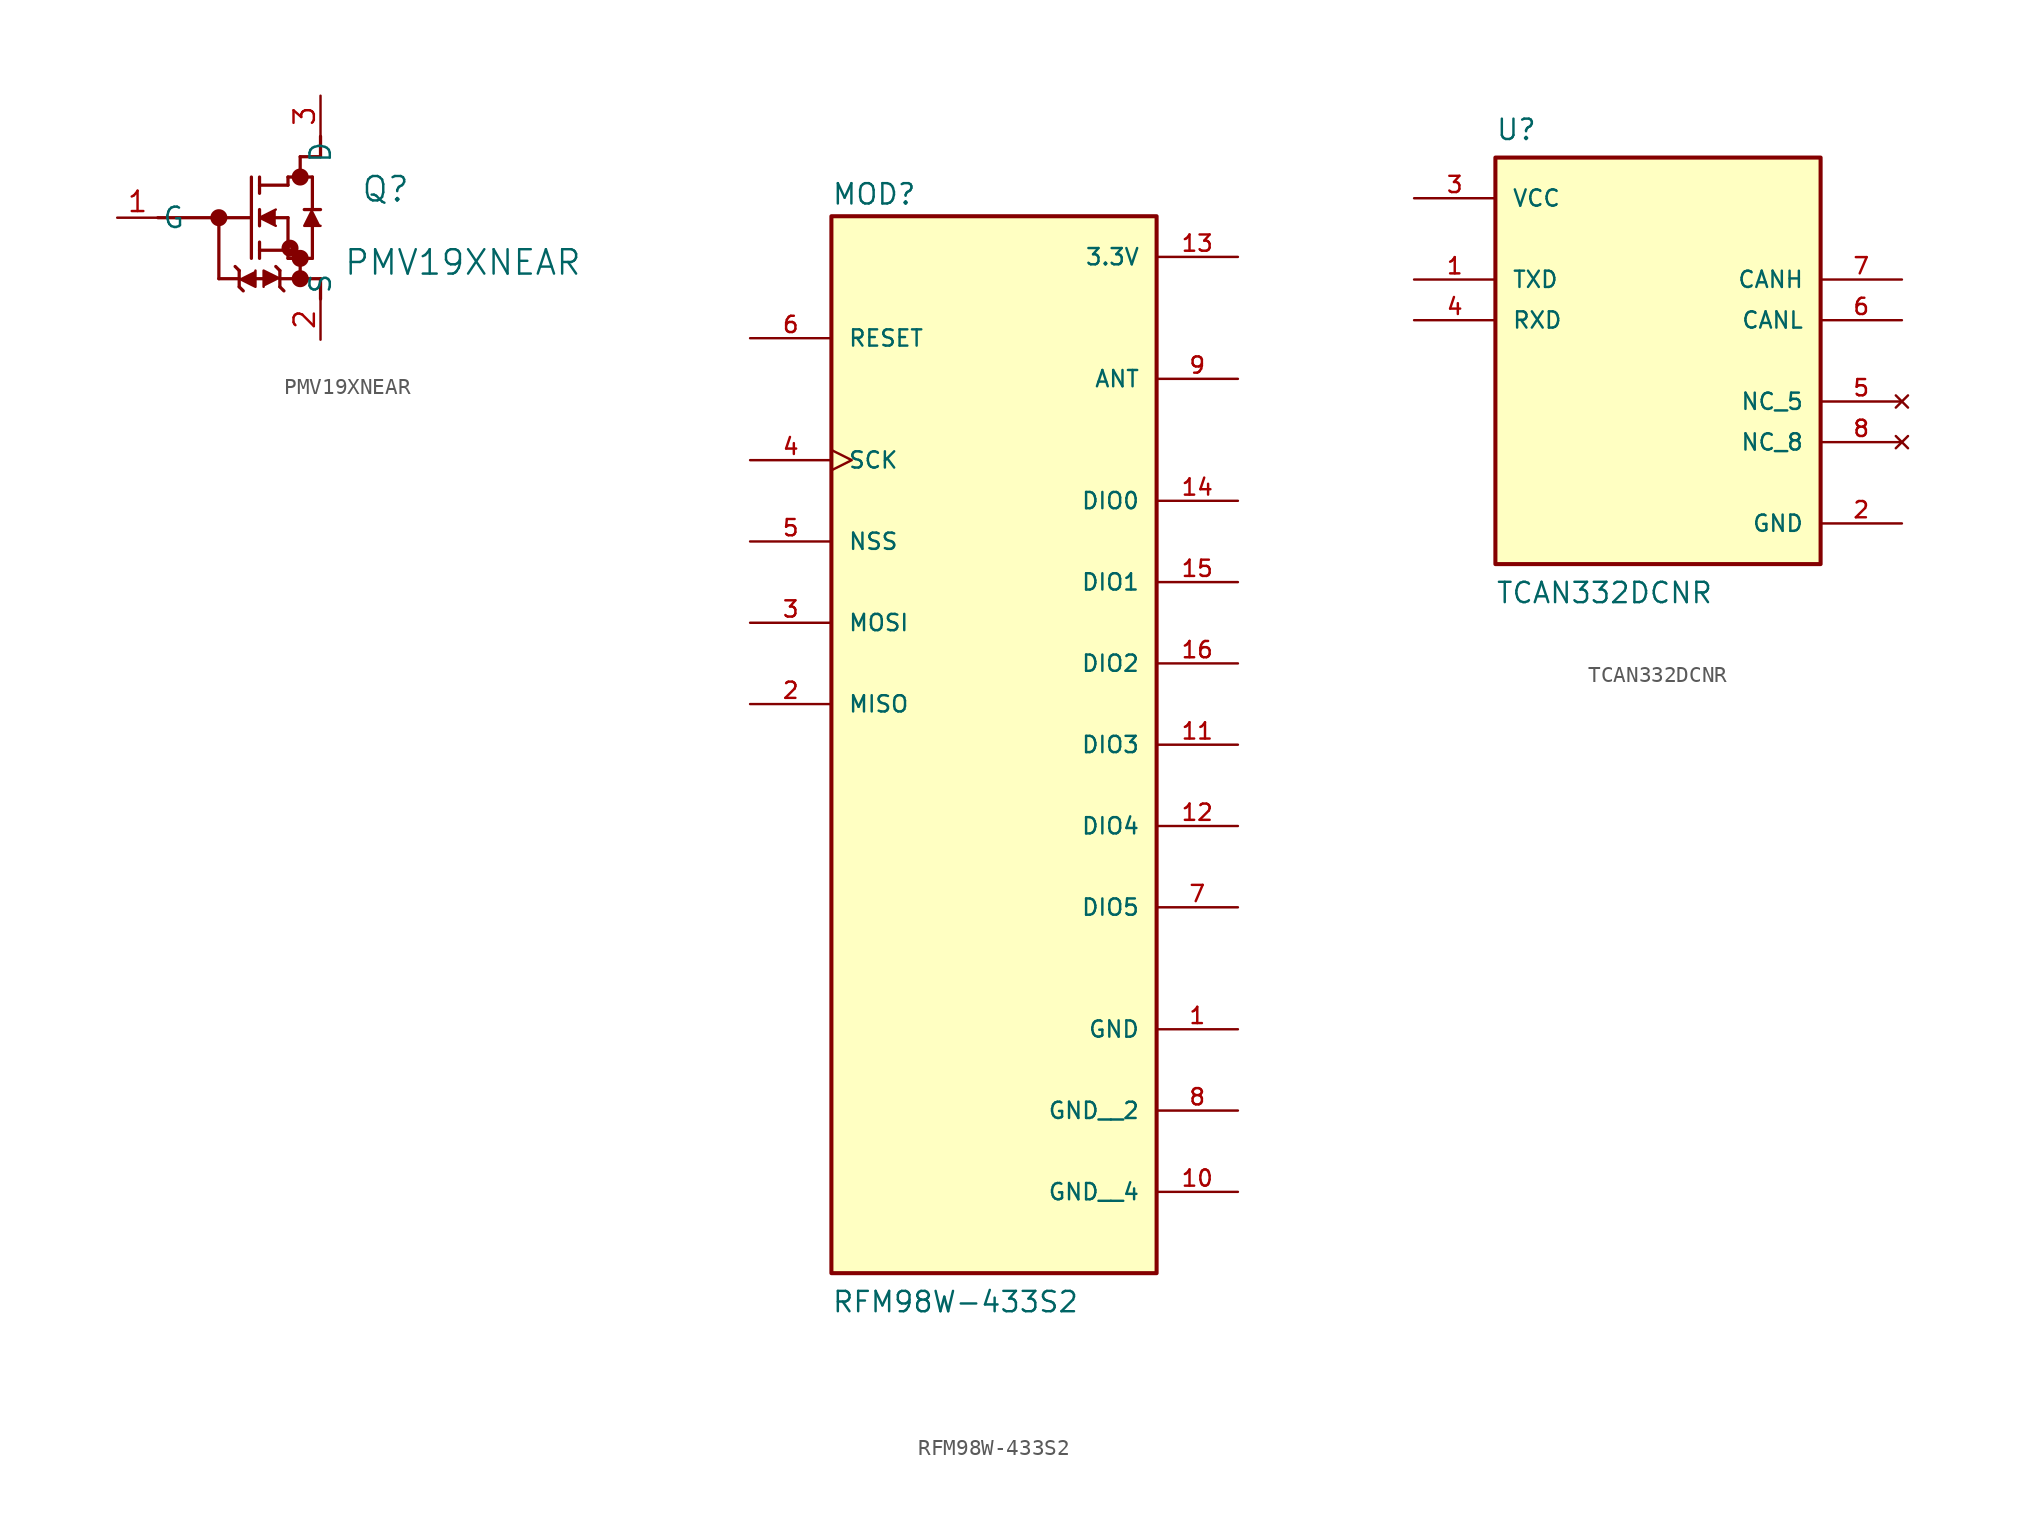
<source format=kicad_sym>
(kicad_symbol_lib
  (version 20241209)
  (generator "kicad_symbol_editor")
  (generator_version "9.0")
  (symbol "PMV19XNEAR"
    (pin_names
      (offset 0.254))
    (property "Reference" "Q"
      (at 16.764 1.778 0)
      (effects (font (size 1.524 1.524))))
    (property "Value" "PMV19XNEAR"
      (at 21.59 -2.794 0)
      (effects (font (size 1.524 1.524))))
    (property "ki_locked" ""
      (at 0 0 0)
      (effects (font (size 1.27 1.27))))
    (symbol "PMV19XNEAR_0_1"
      (polyline (pts (xy 2.54 0) (xy 8.382 0)) (stroke (width 0.203) (type default)) (fill (type none)))
      (polyline (pts (xy 6.35 0) (xy 6.35 -3.81)) (stroke (width 0.203) (type default)) (fill (type none)))
      (circle (center 6.35 0) (radius 0.025) (stroke (width 0.508) (type default)) (fill (type none)))
      (polyline (pts (xy 6.35 -3.81) (xy 7.62 -3.81)) (stroke (width 0.203) (type default)) (fill (type none)))
      (polyline (pts (xy 7.62 -3.302) (xy 7.366 -3.048)) (stroke (width 0.203) (type default)) (fill (type none)))
      (polyline (pts (xy 7.62 -3.81) (xy 8.636 -4.318) (xy 8.636 -3.302)) (stroke (width 0) (type default)) (fill (type outline)))
      (polyline (pts (xy 7.62 -4.318) (xy 7.62 -3.302)) (stroke (width 0.203) (type default)) (fill (type none)))
      (polyline (pts (xy 7.62 -4.318) (xy 7.874 -4.572)) (stroke (width 0.203) (type default)) (fill (type none)))
      (polyline (pts (xy 8.382 -2.54) (xy 8.382 2.54)) (stroke (width 0.203) (type default)) (fill (type none)))
      (polyline (pts (xy 8.636 -3.81) (xy 9.144 -3.81)) (stroke (width 0.203) (type default)) (fill (type none)))
      (polyline (pts (xy 8.89 2.032) (xy 10.668 2.032)) (stroke (width 0.203) (type default)) (fill (type none)))
      (polyline (pts (xy 8.89 1.524) (xy 8.89 2.54)) (stroke (width 0.203) (type default)) (fill (type none)))
      (polyline (pts (xy 8.89 -0.508) (xy 8.89 0.508)) (stroke (width 0.203) (type default)) (fill (type none)))
      (polyline (pts (xy 8.89 -2.032) (xy 10.668 -2.032)) (stroke (width 0.203) (type default)) (fill (type none)))
      (polyline (pts (xy 8.89 -2.54) (xy 8.89 -1.524)) (stroke (width 0.203) (type default)) (fill (type none)))
      (polyline (pts (xy 9.906 0.508) (xy 8.89 0) (xy 9.906 -0.508)) (stroke (width 0) (type default)) (fill (type outline)))
      (polyline (pts (xy 9.906 0) (xy 10.668 0)) (stroke (width 0.203) (type default)) (fill (type none)))
      (polyline (pts (xy 10.16 -3.302) (xy 9.906 -3.048)) (stroke (width 0.203) (type default)) (fill (type none)))
      (polyline (pts (xy 10.16 -3.302) (xy 10.16 -4.318)) (stroke (width 0.203) (type default)) (fill (type none)))
      (polyline (pts (xy 10.16 -3.81) (xy 12.7 -3.81)) (stroke (width 0.203) (type default)) (fill (type none)))
      (polyline (pts (xy 10.16 -3.81) (xy 9.144 -3.302) (xy 9.144 -4.318)) (stroke (width 0) (type default)) (fill (type outline)))
      (polyline (pts (xy 10.16 -4.318) (xy 10.414 -4.572)) (stroke (width 0.203) (type default)) (fill (type none)))
      (polyline (pts (xy 10.668 2.54) (xy 12.192 2.54)) (stroke (width 0.203) (type default)) (fill (type none)))
      (polyline (pts (xy 10.668 2.032) (xy 10.668 2.54)) (stroke (width 0.203) (type default)) (fill (type none)))
      (polyline (pts (xy 10.668 -2.54) (xy 10.668 0)) (stroke (width 0.203) (type default)) (fill (type none)))
      (polyline (pts (xy 10.668 -2.54) (xy 12.192 -2.54)) (stroke (width 0.203) (type default)) (fill (type none)))
      (circle (center 10.795 -1.905) (radius 0.025) (stroke (width 0.508) (type default)) (fill (type none)))
      (polyline (pts (xy 11.43 3.81) (xy 11.43 2.54)) (stroke (width 0.203) (type default)) (fill (type none)))
      (polyline (pts (xy 11.43 3.81) (xy 12.7 3.81)) (stroke (width 0.203) (type default)) (fill (type none)))
      (circle (center 11.43 2.54) (radius 0.025) (stroke (width 0.508) (type default)) (fill (type none)))
      (polyline (pts (xy 11.43 -2.54) (xy 11.43 -3.81)) (stroke (width 0.203) (type default)) (fill (type none)))
      (circle (center 11.43 -2.54) (radius 0.025) (stroke (width 0.508) (type default)) (fill (type none)))
      (circle (center 11.43 -3.81) (radius 0.025) (stroke (width 0.508) (type default)) (fill (type none)))
      (polyline (pts (xy 12.192 0.508) (xy 12.192 2.54)) (stroke (width 0.203) (type default)) (fill (type none)))
      (polyline (pts (xy 12.192 -2.54) (xy 12.192 -0.508)) (stroke (width 0.203) (type default)) (fill (type none)))
      (polyline (pts (xy 12.7 3.81) (xy 12.7 5.08)) (stroke (width 0.203) (type default)) (fill (type none)))
      (polyline (pts (xy 12.7 0.508) (xy 11.684 0.508)) (stroke (width 0.203) (type default)) (fill (type none)))
      (polyline (pts (xy 12.7 -0.508) (xy 11.684 -0.508) (xy 12.192 0.508)) (stroke (width 0) (type default)) (fill (type outline)))
      (polyline (pts (xy 12.7 -5.08) (xy 12.7 -3.81)) (stroke (width 0.203) (type default)) (fill (type none)))
      (pin unspecified line (at 0 0 0) (length 2.54) (name "G" (effects (font (size 1.27 1.27)))) (number "1" (effects (font (size 1.27 1.27)))))
      (pin unspecified line (at 12.7 -7.62 90) (length 2.54) (name "S" (effects (font (size 1.27 1.27)))) (number "2" (effects (font (size 1.27 1.27))))))
    (symbol "PMV19XNEAR_1_1"
      (pin unspecified line (at 12.7 7.62 270) (length 2.54) (name "D" (effects (font (size 1.27 1.27)))) (number "3" (effects (font (size 1.27 1.27)))))))
  (symbol "RFM98W-433S2"
    (pin_names
      (offset 1.016))
    (property "Reference" "MOD"
      (at -10.16 18.415 0)
      (effects (font (size 1.27 1.27)) (justify left bottom)))
    (property "Value" "RFM98W-433S2"
      (at -10.16 -50.8 0)
      (effects (font (size 1.27 1.27)) (justify left bottom)))
    (symbol "RFM98W-433S2_0_0"
      (rectangle (start -10.16 -48.26) (end 10.16 17.78) (stroke (width 0.254) (type default)) (fill (type background)))
      (pin bidirectional line (at -15.24 10.16 0) (length 5.08) (name "RESET" (effects (font (size 1.016 1.016)))) (number "6" (effects (font (size 1.016 1.016)))))
      (pin input clock (at -15.24 2.54 0) (length 5.08) (name "SCK" (effects (font (size 1.016 1.016)))) (number "4" (effects (font (size 1.016 1.016)))))
      (pin input line (at -15.24 -2.54 0) (length 5.08) (name "NSS" (effects (font (size 1.016 1.016)))) (number "5" (effects (font (size 1.016 1.016)))))
      (pin input line (at -15.24 -7.62 0) (length 5.08) (name "MOSI" (effects (font (size 1.016 1.016)))) (number "3" (effects (font (size 1.016 1.016)))))
      (pin output line (at -15.24 -12.7 0) (length 5.08) (name "MISO" (effects (font (size 1.016 1.016)))) (number "2" (effects (font (size 1.016 1.016)))))
      (pin power_in line (at 15.24 15.24 180) (length 5.08) (name "3.3V" (effects (font (size 1.016 1.016)))) (number "13" (effects (font (size 1.016 1.016)))))
      (pin bidirectional line (at 15.24 7.62 180) (length 5.08) (name "ANT" (effects (font (size 1.016 1.016)))) (number "9" (effects (font (size 1.016 1.016)))))
      (pin bidirectional line (at 15.24 0 180) (length 5.08) (name "DIO0" (effects (font (size 1.016 1.016)))) (number "14" (effects (font (size 1.016 1.016)))))
      (pin bidirectional line (at 15.24 -5.08 180) (length 5.08) (name "DIO1" (effects (font (size 1.016 1.016)))) (number "15" (effects (font (size 1.016 1.016)))))
      (pin bidirectional line (at 15.24 -10.16 180) (length 5.08) (name "DIO2" (effects (font (size 1.016 1.016)))) (number "16" (effects (font (size 1.016 1.016)))))
      (pin bidirectional line (at 15.24 -15.24 180) (length 5.08) (name "DIO3" (effects (font (size 1.016 1.016)))) (number "11" (effects (font (size 1.016 1.016)))))
      (pin bidirectional line (at 15.24 -20.32 180) (length 5.08) (name "DIO4" (effects (font (size 1.016 1.016)))) (number "12" (effects (font (size 1.016 1.016)))))
      (pin bidirectional line (at 15.24 -25.4 180) (length 5.08) (name "DIO5" (effects (font (size 1.016 1.016)))) (number "7" (effects (font (size 1.016 1.016)))))
      (pin power_in line (at 15.24 -33.02 180) (length 5.08) (name "GND" (effects (font (size 1.016 1.016)))) (number "1" (effects (font (size 1.016 1.016)))))
      (pin power_in line (at 15.24 -38.1 180) (length 5.08) (name "GND__2" (effects (font (size 1.016 1.016)))) (number "8" (effects (font (size 1.016 1.016)))))
      (pin power_in line (at 15.24 -43.18 180) (length 5.08) (name "GND__4" (effects (font (size 1.016 1.016)))) (number "10" (effects (font (size 1.016 1.016)))))))
  (symbol "TCAN332DCNR"
    (pin_names
      (offset 1.016))
    (property "Reference" "U"
      (at -10.16 13.7 0)
      (effects (font (size 1.27 1.27)) (justify left bottom)))
    (property "Value" "TCAN332DCNR"
      (at -10.16 -15.24 0)
      (effects (font (size 1.27 1.27)) (justify left bottom)))
    (symbol "TCAN332DCNR_0_0"
      (rectangle (start -10.16 -12.7) (end 10.16 12.7) (stroke (width 0.254) (type default)) (fill (type background)))
      (pin power_in line (at -15.24 10.16 0) (length 5.08) (name "VCC" (effects (font (size 1.016 1.016)))) (number "3" (effects (font (size 1.016 1.016)))))
      (pin input line (at -15.24 5.08 0) (length 5.08) (name "TXD" (effects (font (size 1.016 1.016)))) (number "1" (effects (font (size 1.016 1.016)))))
      (pin output line (at -15.24 2.54 0) (length 5.08) (name "RXD" (effects (font (size 1.016 1.016)))) (number "4" (effects (font (size 1.016 1.016)))))
      (pin bidirectional line (at 15.24 5.08 180) (length 5.08) (name "CANH" (effects (font (size 1.016 1.016)))) (number "7" (effects (font (size 1.016 1.016)))))
      (pin bidirectional line (at 15.24 2.54 180) (length 5.08) (name "CANL" (effects (font (size 1.016 1.016)))) (number "6" (effects (font (size 1.016 1.016)))))
      (pin no_connect line (at 15.24 -2.54 180) (length 5.08) (name "NC_5" (effects (font (size 1.016 1.016)))) (number "5" (effects (font (size 1.016 1.016)))))
      (pin no_connect line (at 15.24 -5.08 180) (length 5.08) (name "NC_8" (effects (font (size 1.016 1.016)))) (number "8" (effects (font (size 1.016 1.016)))))
      (pin power_in line (at 15.24 -10.16 180) (length 5.08) (name "GND" (effects (font (size 1.016 1.016)))) (number "2" (effects (font (size 1.016 1.016))))))))
</source>
